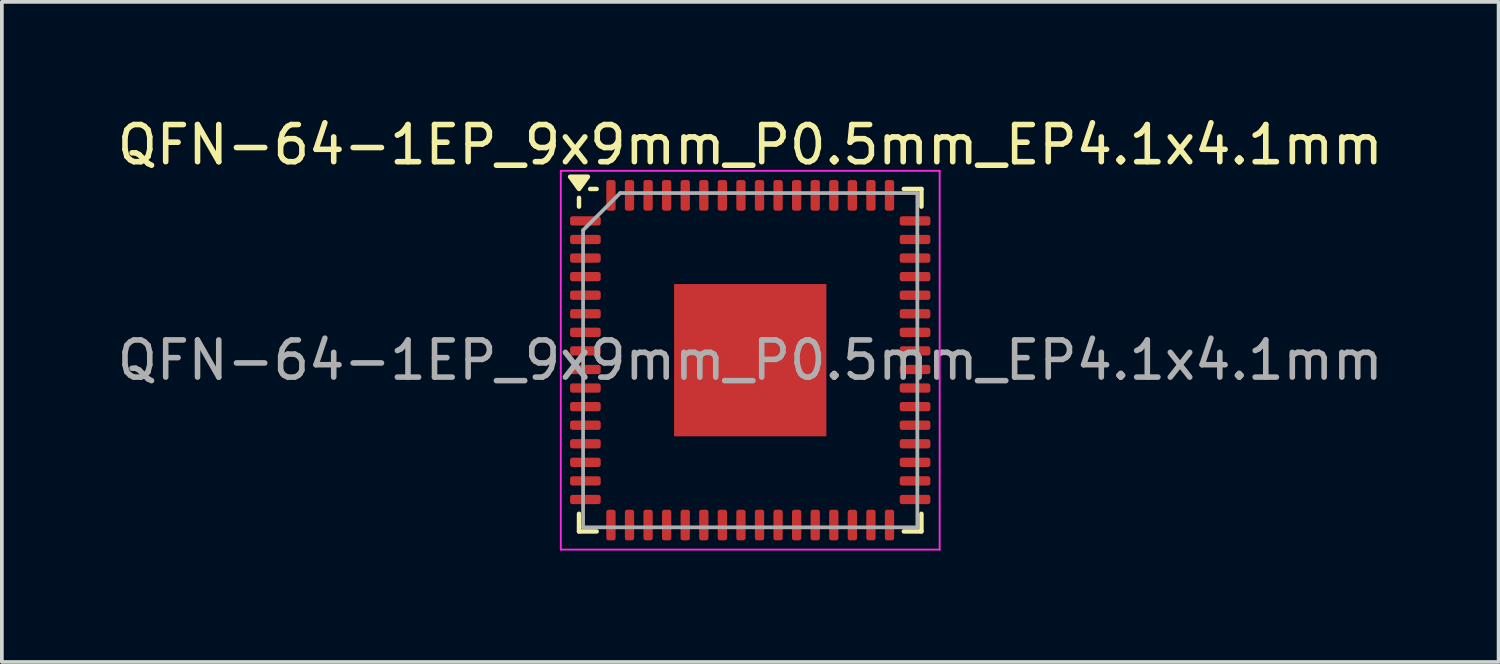
<source format=kicad_pcb>
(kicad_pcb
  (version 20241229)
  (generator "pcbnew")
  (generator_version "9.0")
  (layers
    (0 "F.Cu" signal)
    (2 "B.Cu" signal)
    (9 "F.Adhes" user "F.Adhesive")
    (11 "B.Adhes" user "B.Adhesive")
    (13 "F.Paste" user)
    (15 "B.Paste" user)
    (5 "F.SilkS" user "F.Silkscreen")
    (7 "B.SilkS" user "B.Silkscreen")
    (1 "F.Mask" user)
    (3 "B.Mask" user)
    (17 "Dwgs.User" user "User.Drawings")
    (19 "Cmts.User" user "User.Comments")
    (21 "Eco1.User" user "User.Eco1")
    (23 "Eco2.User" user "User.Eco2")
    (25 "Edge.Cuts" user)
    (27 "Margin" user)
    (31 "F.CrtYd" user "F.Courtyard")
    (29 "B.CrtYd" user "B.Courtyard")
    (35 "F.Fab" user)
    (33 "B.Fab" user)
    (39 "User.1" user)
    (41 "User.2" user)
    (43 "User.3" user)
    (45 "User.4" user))
  (footprint "QFN-64-1EP_9x9mm_P0.5mm_EP4.1x4.1mm"
    (layer "F.Cu")
    (at 17.149 6.648)
    (property "Reference" "QFN-64-1EP_9x9mm_P0.5mm_EP4.1x4.1mm" (at 0 -5.8 0) (layer "F.SilkS") (effects (font (size 1 1) (thickness 0.15))))
    (attr smd)
    (fp_line (start -4.61 -4.135) (end -4.61 -4.37) (stroke (width 0.12) (type solid)) (layer "F.SilkS"))
    (fp_line (start -4.61 4.61) (end -4.61 4.135) (stroke (width 0.12) (type solid)) (layer "F.SilkS"))
    (fp_line (start -4.135 -4.61) (end -4.31 -4.61) (stroke (width 0.12) (type solid)) (layer "F.SilkS"))
    (fp_line (start -4.135 4.61) (end -4.61 4.61) (stroke (width 0.12) (type solid)) (layer "F.SilkS"))
    (fp_line (start 4.135 -4.61) (end 4.61 -4.61) (stroke (width 0.12) (type solid)) (layer "F.SilkS"))
    (fp_line (start 4.135 4.61) (end 4.61 4.61) (stroke (width 0.12) (type solid)) (layer "F.SilkS"))
    (fp_line (start 4.61 -4.61) (end 4.61 -4.135) (stroke (width 0.12) (type solid)) (layer "F.SilkS"))
    (fp_line (start 4.61 4.61) (end 4.61 4.135) (stroke (width 0.12) (type solid)) (layer "F.SilkS"))
    (fp_poly (pts (xy -4.61 -4.61) (xy -4.85 -4.94) (xy -4.37 -4.94) (xy -4.61 -4.61)) (stroke (width 0.12) (type solid)) (fill yes) (layer "F.SilkS"))
    (fp_line (start -5.1 -5.1) (end -5.1 5.1) (stroke (width 0.05) (type solid)) (layer "F.CrtYd"))
    (fp_line (start -5.1 5.1) (end 5.1 5.1) (stroke (width 0.05) (type solid)) (layer "F.CrtYd"))
    (fp_line (start 5.1 -5.1) (end -5.1 -5.1) (stroke (width 0.05) (type solid)) (layer "F.CrtYd"))
    (fp_line (start 5.1 5.1) (end 5.1 -5.1) (stroke (width 0.05) (type solid)) (layer "F.CrtYd"))
    (fp_line (start -4.5 -3.5) (end -3.5 -4.5) (stroke (width 0.1) (type solid)) (layer "F.Fab"))
    (fp_line (start -4.5 4.5) (end -4.5 -3.5) (stroke (width 0.1) (type solid)) (layer "F.Fab"))
    (fp_line (start -3.5 -4.5) (end 4.5 -4.5) (stroke (width 0.1) (type solid)) (layer "F.Fab"))
    (fp_line (start 4.5 -4.5) (end 4.5 4.5) (stroke (width 0.1) (type solid)) (layer "F.Fab"))
    (fp_line (start 4.5 4.5) (end -4.5 4.5) (stroke (width 0.1) (type solid)) (layer "F.Fab"))
    (fp_text user "${REFERENCE}" (at 0 0 0) (layer "F.Fab") (effects (font (size 1 1) (thickness 0.15))))
    (pad "" smd roundrect (at -1.37 -1.37) (size 1.1 1.1) (layers "F.Paste") (roundrect_rratio 0.227))
    (pad "" smd roundrect (at -1.37 0) (size 1.1 1.1) (layers "F.Paste") (roundrect_rratio 0.227))
    (pad "" smd roundrect (at -1.37 1.37) (size 1.1 1.1) (layers "F.Paste") (roundrect_rratio 0.227))
    (pad "" smd roundrect (at 0 -1.37) (size 1.1 1.1) (layers "F.Paste") (roundrect_rratio 0.227))
    (pad "" smd roundrect (at 0 0) (size 1.1 1.1) (layers "F.Paste") (roundrect_rratio 0.227))
    (pad "" smd roundrect (at 0 1.37) (size 1.1 1.1) (layers "F.Paste") (roundrect_rratio 0.227))
    (pad "" smd roundrect (at 1.37 -1.37) (size 1.1 1.1) (layers "F.Paste") (roundrect_rratio 0.227))
    (pad "" smd roundrect (at 1.37 0) (size 1.1 1.1) (layers "F.Paste") (roundrect_rratio 0.227))
    (pad "" smd roundrect (at 1.37 1.37) (size 1.1 1.1) (layers "F.Paste") (roundrect_rratio 0.227))
    (pad "1" smd roundrect (at -4.438 -3.75) (size 0.825 0.25) (layers "F.Cu" "F.Mask" "F.Paste") (roundrect_rratio 0.25))
    (pad "2" smd roundrect (at -4.438 -3.25) (size 0.825 0.25) (layers "F.Cu" "F.Mask" "F.Paste") (roundrect_rratio 0.25))
    (pad "3" smd roundrect (at -4.438 -2.75) (size 0.825 0.25) (layers "F.Cu" "F.Mask" "F.Paste") (roundrect_rratio 0.25))
    (pad "4" smd roundrect (at -4.438 -2.25) (size 0.825 0.25) (layers "F.Cu" "F.Mask" "F.Paste") (roundrect_rratio 0.25))
    (pad "5" smd roundrect (at -4.438 -1.75) (size 0.825 0.25) (layers "F.Cu" "F.Mask" "F.Paste") (roundrect_rratio 0.25))
    (pad "6" smd roundrect (at -4.438 -1.25) (size 0.825 0.25) (layers "F.Cu" "F.Mask" "F.Paste") (roundrect_rratio 0.25))
    (pad "7" smd roundrect (at -4.438 -0.75) (size 0.825 0.25) (layers "F.Cu" "F.Mask" "F.Paste") (roundrect_rratio 0.25))
    (pad "8" smd roundrect (at -4.438 -0.25) (size 0.825 0.25) (layers "F.Cu" "F.Mask" "F.Paste") (roundrect_rratio 0.25))
    (pad "9" smd roundrect (at -4.438 0.25) (size 0.825 0.25) (layers "F.Cu" "F.Mask" "F.Paste") (roundrect_rratio 0.25))
    (pad "10" smd roundrect (at -4.438 0.75) (size 0.825 0.25) (layers "F.Cu" "F.Mask" "F.Paste") (roundrect_rratio 0.25))
    (pad "11" smd roundrect (at -4.438 1.25) (size 0.825 0.25) (layers "F.Cu" "F.Mask" "F.Paste") (roundrect_rratio 0.25))
    (pad "12" smd roundrect (at -4.438 1.75) (size 0.825 0.25) (layers "F.Cu" "F.Mask" "F.Paste") (roundrect_rratio 0.25))
    (pad "13" smd roundrect (at -4.438 2.25) (size 0.825 0.25) (layers "F.Cu" "F.Mask" "F.Paste") (roundrect_rratio 0.25))
    (pad "14" smd roundrect (at -4.438 2.75) (size 0.825 0.25) (layers "F.Cu" "F.Mask" "F.Paste") (roundrect_rratio 0.25))
    (pad "15" smd roundrect (at -4.438 3.25) (size 0.825 0.25) (layers "F.Cu" "F.Mask" "F.Paste") (roundrect_rratio 0.25))
    (pad "16" smd roundrect (at -4.438 3.75) (size 0.825 0.25) (layers "F.Cu" "F.Mask" "F.Paste") (roundrect_rratio 0.25))
    (pad "17" smd roundrect (at -3.75 4.438) (size 0.25 0.825) (layers "F.Cu" "F.Mask" "F.Paste") (roundrect_rratio 0.25))
    (pad "18" smd roundrect (at -3.25 4.438) (size 0.25 0.825) (layers "F.Cu" "F.Mask" "F.Paste") (roundrect_rratio 0.25))
    (pad "19" smd roundrect (at -2.75 4.438) (size 0.25 0.825) (layers "F.Cu" "F.Mask" "F.Paste") (roundrect_rratio 0.25))
    (pad "20" smd roundrect (at -2.25 4.438) (size 0.25 0.825) (layers "F.Cu" "F.Mask" "F.Paste") (roundrect_rratio 0.25))
    (pad "21" smd roundrect (at -1.75 4.438) (size 0.25 0.825) (layers "F.Cu" "F.Mask" "F.Paste") (roundrect_rratio 0.25))
    (pad "22" smd roundrect (at -1.25 4.438) (size 0.25 0.825) (layers "F.Cu" "F.Mask" "F.Paste") (roundrect_rratio 0.25))
    (pad "23" smd roundrect (at -0.75 4.438) (size 0.25 0.825) (layers "F.Cu" "F.Mask" "F.Paste") (roundrect_rratio 0.25))
    (pad "24" smd roundrect (at -0.25 4.438) (size 0.25 0.825) (layers "F.Cu" "F.Mask" "F.Paste") (roundrect_rratio 0.25))
    (pad "25" smd roundrect (at 0.25 4.438) (size 0.25 0.825) (layers "F.Cu" "F.Mask" "F.Paste") (roundrect_rratio 0.25))
    (pad "26" smd roundrect (at 0.75 4.438) (size 0.25 0.825) (layers "F.Cu" "F.Mask" "F.Paste") (roundrect_rratio 0.25))
    (pad "27" smd roundrect (at 1.25 4.438) (size 0.25 0.825) (layers "F.Cu" "F.Mask" "F.Paste") (roundrect_rratio 0.25))
    (pad "28" smd roundrect (at 1.75 4.438) (size 0.25 0.825) (layers "F.Cu" "F.Mask" "F.Paste") (roundrect_rratio 0.25))
    (pad "29" smd roundrect (at 2.25 4.438) (size 0.25 0.825) (layers "F.Cu" "F.Mask" "F.Paste") (roundrect_rratio 0.25))
    (pad "30" smd roundrect (at 2.75 4.438) (size 0.25 0.825) (layers "F.Cu" "F.Mask" "F.Paste") (roundrect_rratio 0.25))
    (pad "31" smd roundrect (at 3.25 4.438) (size 0.25 0.825) (layers "F.Cu" "F.Mask" "F.Paste") (roundrect_rratio 0.25))
    (pad "32" smd roundrect (at 3.75 4.438) (size 0.25 0.825) (layers "F.Cu" "F.Mask" "F.Paste") (roundrect_rratio 0.25))
    (pad "33" smd roundrect (at 4.438 3.75) (size 0.825 0.25) (layers "F.Cu" "F.Mask" "F.Paste") (roundrect_rratio 0.25))
    (pad "34" smd roundrect (at 4.438 3.25) (size 0.825 0.25) (layers "F.Cu" "F.Mask" "F.Paste") (roundrect_rratio 0.25))
    (pad "35" smd roundrect (at 4.438 2.75) (size 0.825 0.25) (layers "F.Cu" "F.Mask" "F.Paste") (roundrect_rratio 0.25))
    (pad "36" smd roundrect (at 4.438 2.25) (size 0.825 0.25) (layers "F.Cu" "F.Mask" "F.Paste") (roundrect_rratio 0.25))
    (pad "37" smd roundrect (at 4.438 1.75) (size 0.825 0.25) (layers "F.Cu" "F.Mask" "F.Paste") (roundrect_rratio 0.25))
    (pad "38" smd roundrect (at 4.438 1.25) (size 0.825 0.25) (layers "F.Cu" "F.Mask" "F.Paste") (roundrect_rratio 0.25))
    (pad "39" smd roundrect (at 4.438 0.75) (size 0.825 0.25) (layers "F.Cu" "F.Mask" "F.Paste") (roundrect_rratio 0.25))
    (pad "40" smd roundrect (at 4.438 0.25) (size 0.825 0.25) (layers "F.Cu" "F.Mask" "F.Paste") (roundrect_rratio 0.25))
    (pad "41" smd roundrect (at 4.438 -0.25) (size 0.825 0.25) (layers "F.Cu" "F.Mask" "F.Paste") (roundrect_rratio 0.25))
    (pad "42" smd roundrect (at 4.438 -0.75) (size 0.825 0.25) (layers "F.Cu" "F.Mask" "F.Paste") (roundrect_rratio 0.25))
    (pad "43" smd roundrect (at 4.438 -1.25) (size 0.825 0.25) (layers "F.Cu" "F.Mask" "F.Paste") (roundrect_rratio 0.25))
    (pad "44" smd roundrect (at 4.438 -1.75) (size 0.825 0.25) (layers "F.Cu" "F.Mask" "F.Paste") (roundrect_rratio 0.25))
    (pad "45" smd roundrect (at 4.438 -2.25) (size 0.825 0.25) (layers "F.Cu" "F.Mask" "F.Paste") (roundrect_rratio 0.25))
    (pad "46" smd roundrect (at 4.438 -2.75) (size 0.825 0.25) (layers "F.Cu" "F.Mask" "F.Paste") (roundrect_rratio 0.25))
    (pad "47" smd roundrect (at 4.438 -3.25) (size 0.825 0.25) (layers "F.Cu" "F.Mask" "F.Paste") (roundrect_rratio 0.25))
    (pad "48" smd roundrect (at 4.438 -3.75) (size 0.825 0.25) (layers "F.Cu" "F.Mask" "F.Paste") (roundrect_rratio 0.25))
    (pad "49" smd roundrect (at 3.75 -4.438) (size 0.25 0.825) (layers "F.Cu" "F.Mask" "F.Paste") (roundrect_rratio 0.25))
    (pad "50" smd roundrect (at 3.25 -4.438) (size 0.25 0.825) (layers "F.Cu" "F.Mask" "F.Paste") (roundrect_rratio 0.25))
    (pad "51" smd roundrect (at 2.75 -4.438) (size 0.25 0.825) (layers "F.Cu" "F.Mask" "F.Paste") (roundrect_rratio 0.25))
    (pad "52" smd roundrect (at 2.25 -4.438) (size 0.25 0.825) (layers "F.Cu" "F.Mask" "F.Paste") (roundrect_rratio 0.25))
    (pad "53" smd roundrect (at 1.75 -4.438) (size 0.25 0.825) (layers "F.Cu" "F.Mask" "F.Paste") (roundrect_rratio 0.25))
    (pad "54" smd roundrect (at 1.25 -4.438) (size 0.25 0.825) (layers "F.Cu" "F.Mask" "F.Paste") (roundrect_rratio 0.25))
    (pad "55" smd roundrect (at 0.75 -4.438) (size 0.25 0.825) (layers "F.Cu" "F.Mask" "F.Paste") (roundrect_rratio 0.25))
    (pad "56" smd roundrect (at 0.25 -4.438) (size 0.25 0.825) (layers "F.Cu" "F.Mask" "F.Paste") (roundrect_rratio 0.25))
    (pad "57" smd roundrect (at -0.25 -4.438) (size 0.25 0.825) (layers "F.Cu" "F.Mask" "F.Paste") (roundrect_rratio 0.25))
    (pad "58" smd roundrect (at -0.75 -4.438) (size 0.25 0.825) (layers "F.Cu" "F.Mask" "F.Paste") (roundrect_rratio 0.25))
    (pad "59" smd roundrect (at -1.25 -4.438) (size 0.25 0.825) (layers "F.Cu" "F.Mask" "F.Paste") (roundrect_rratio 0.25))
    (pad "60" smd roundrect (at -1.75 -4.438) (size 0.25 0.825) (layers "F.Cu" "F.Mask" "F.Paste") (roundrect_rratio 0.25))
    (pad "61" smd roundrect (at -2.25 -4.438) (size 0.25 0.825) (layers "F.Cu" "F.Mask" "F.Paste") (roundrect_rratio 0.25))
    (pad "62" smd roundrect (at -2.75 -4.438) (size 0.25 0.825) (layers "F.Cu" "F.Mask" "F.Paste") (roundrect_rratio 0.25))
    (pad "63" smd roundrect (at -3.25 -4.438) (size 0.25 0.825) (layers "F.Cu" "F.Mask" "F.Paste") (roundrect_rratio 0.25))
    (pad "64" smd roundrect (at -3.75 -4.438) (size 0.25 0.825) (layers "F.Cu" "F.Mask" "F.Paste") (roundrect_rratio 0.25))
    (pad "65" smd rect (at 0 0) (size 4.1 4.1) (property pad_prop_heatsink) (layers "F.Cu" "F.Mask")))
  (gr_rect
    (start -3 -3)
    (end 37.298 14.773)
    (stroke (width 0.1) (type default))
    (fill no)
    (layer "Edge.Cuts")))
</source>
